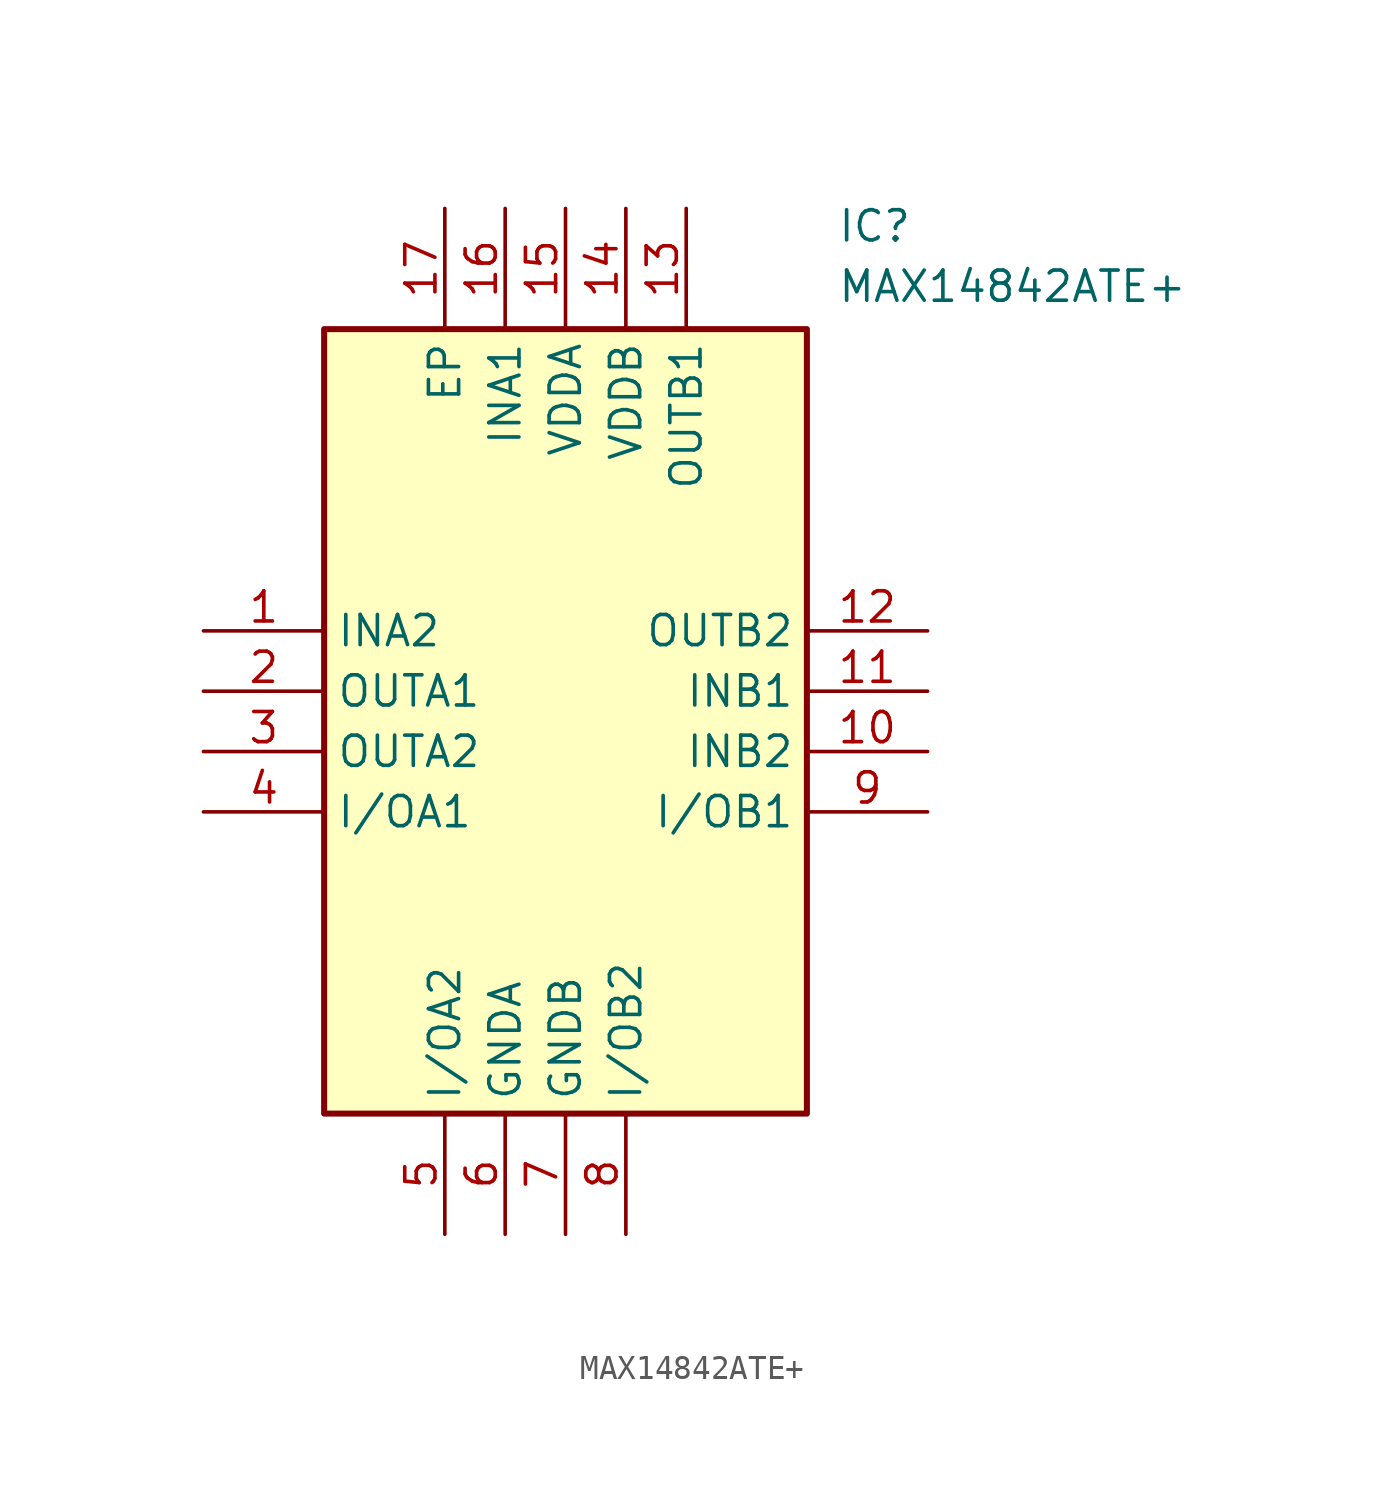
<source format=kicad_sym>
(kicad_symbol_lib
  (version 20211014)
  (generator SamacSys_ECAD_Model)
  (symbol "MAX14842ATE+"
    (property "Reference" "IC"
      (at 26.67 17.78 0)
      (effects (font (size 1.27 1.27)) (justify left top)))
    (property "Value" "MAX14842ATE+"
      (at 26.67 15.24 0)
      (effects (font (size 1.27 1.27)) (justify left top)))
    (rectangle
      (start 5.08 12.7)
      (end 25.4 -20.32)
      (stroke (width 0.254) (type default))
      (fill (type background)))
    (pin passive line
      (at 0 0 0)
      (length 5.08)
      (name "INA2" (effects (font (size 1.27 1.27))))
      (number "1" (effects (font (size 1.27 1.27)))))
    (pin passive line
      (at 0 -2.54 0)
      (length 5.08)
      (name "OUTA1" (effects (font (size 1.27 1.27))))
      (number "2" (effects (font (size 1.27 1.27)))))
    (pin passive line
      (at 0 -5.08 0)
      (length 5.08)
      (name "OUTA2" (effects (font (size 1.27 1.27))))
      (number "3" (effects (font (size 1.27 1.27)))))
    (pin passive line
      (at 0 -7.62 0)
      (length 5.08)
      (name "I/OA1" (effects (font (size 1.27 1.27))))
      (number "4" (effects (font (size 1.27 1.27)))))
    (pin passive line
      (at 10.16 -25.4 90)
      (length 5.08)
      (name "I/OA2" (effects (font (size 1.27 1.27))))
      (number "5" (effects (font (size 1.27 1.27)))))
    (pin passive line
      (at 12.7 -25.4 90)
      (length 5.08)
      (name "GNDA" (effects (font (size 1.27 1.27))))
      (number "6" (effects (font (size 1.27 1.27)))))
    (pin passive line
      (at 15.24 -25.4 90)
      (length 5.08)
      (name "GNDB" (effects (font (size 1.27 1.27))))
      (number "7" (effects (font (size 1.27 1.27)))))
    (pin passive line
      (at 17.78 -25.4 90)
      (length 5.08)
      (name "I/OB2" (effects (font (size 1.27 1.27))))
      (number "8" (effects (font (size 1.27 1.27)))))
    (pin passive line
      (at 30.48 0 180)
      (length 5.08)
      (name "OUTB2" (effects (font (size 1.27 1.27))))
      (number "12" (effects (font (size 1.27 1.27)))))
    (pin passive line
      (at 30.48 -2.54 180)
      (length 5.08)
      (name "INB1" (effects (font (size 1.27 1.27))))
      (number "11" (effects (font (size 1.27 1.27)))))
    (pin passive line
      (at 30.48 -5.08 180)
      (length 5.08)
      (name "INB2" (effects (font (size 1.27 1.27))))
      (number "10" (effects (font (size 1.27 1.27)))))
    (pin passive line
      (at 30.48 -7.62 180)
      (length 5.08)
      (name "I/OB1" (effects (font (size 1.27 1.27))))
      (number "9" (effects (font (size 1.27 1.27)))))
    (pin passive line
      (at 10.16 17.78 270)
      (length 5.08)
      (name "EP" (effects (font (size 1.27 1.27))))
      (number "17" (effects (font (size 1.27 1.27)))))
    (pin passive line
      (at 12.7 17.78 270)
      (length 5.08)
      (name "INA1" (effects (font (size 1.27 1.27))))
      (number "16" (effects (font (size 1.27 1.27)))))
    (pin passive line
      (at 15.24 17.78 270)
      (length 5.08)
      (name "VDDA" (effects (font (size 1.27 1.27))))
      (number "15" (effects (font (size 1.27 1.27)))))
    (pin passive line
      (at 17.78 17.78 270)
      (length 5.08)
      (name "VDDB" (effects (font (size 1.27 1.27))))
      (number "14" (effects (font (size 1.27 1.27)))))
    (pin passive line
      (at 20.32 17.78 270)
      (length 5.08)
      (name "OUTB1" (effects (font (size 1.27 1.27))))
      (number "13" (effects (font (size 1.27 1.27)))))))
</source>
